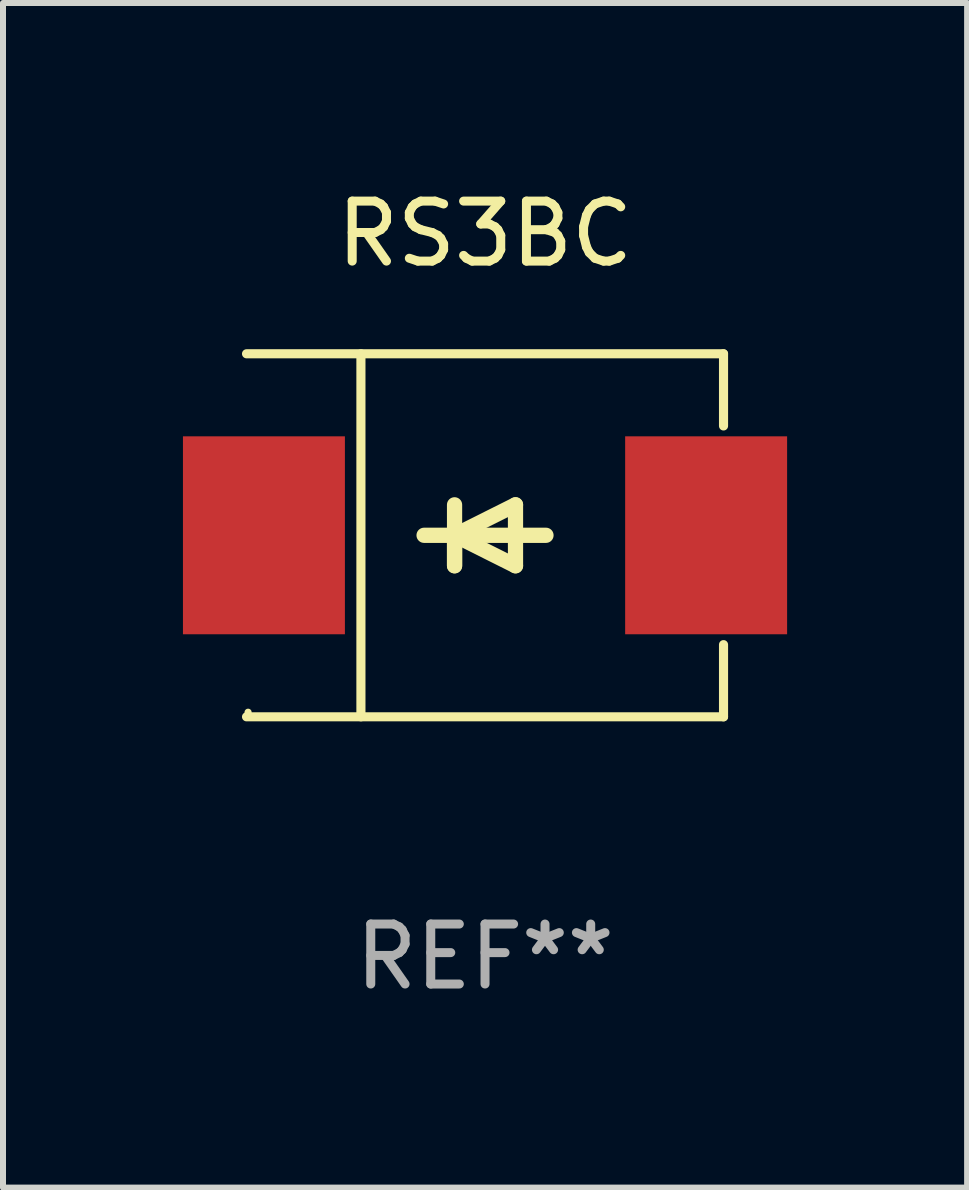
<source format=kicad_pcb>
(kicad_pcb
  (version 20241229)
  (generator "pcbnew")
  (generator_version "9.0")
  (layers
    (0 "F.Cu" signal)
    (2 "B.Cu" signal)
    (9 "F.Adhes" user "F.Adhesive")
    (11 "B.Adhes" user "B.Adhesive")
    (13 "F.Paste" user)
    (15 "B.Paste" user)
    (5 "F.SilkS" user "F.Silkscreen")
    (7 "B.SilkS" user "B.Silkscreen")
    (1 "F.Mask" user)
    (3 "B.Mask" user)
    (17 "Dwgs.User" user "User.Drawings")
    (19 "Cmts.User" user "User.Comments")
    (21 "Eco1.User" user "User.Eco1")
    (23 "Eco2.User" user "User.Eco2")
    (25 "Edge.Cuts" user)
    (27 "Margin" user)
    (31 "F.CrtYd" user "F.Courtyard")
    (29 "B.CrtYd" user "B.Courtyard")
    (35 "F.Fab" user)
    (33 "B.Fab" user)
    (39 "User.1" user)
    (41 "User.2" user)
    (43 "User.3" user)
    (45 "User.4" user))
  (footprint "RS3BC"
    (layer "F.Cu")
    (at 5.036 5.874)
    (property "Reference" "RS3BC" (at 0 -5.026 0) (layer "F.SilkS") (effects (font (size 1 1) (thickness 0.15))))
    (attr through_hole)
    (fp_line (start -3.976 -3.026) (end 3.976 -3.026) (stroke (width 0.152) (type solid)) (layer "F.SilkS"))
    (fp_line (start -3.976 3.026) (end 3.976 3.026) (stroke (width 0.152) (type solid)) (layer "F.SilkS"))
    (fp_line (start -2.069 -3.026) (end -2.069 3.026) (stroke (width 0.152) (type solid)) (layer "F.SilkS"))
    (fp_line (start -0.508 0) (end -0.508 0.508) (stroke (width 0.254) (type solid)) (layer "F.SilkS"))
    (fp_line (start -0.508 0) (end 0.508 0.508) (stroke (width 0.254) (type solid)) (layer "F.SilkS"))
    (fp_line (start -0.508 0.508) (end -0.508 -0.508) (stroke (width 0.254) (type solid)) (layer "F.SilkS"))
    (fp_line (start 0.508 -0.508) (end -0.508 0) (stroke (width 0.254) (type solid)) (layer "F.SilkS"))
    (fp_line (start 0.508 0.508) (end 0.508 -0.508) (stroke (width 0.254) (type solid)) (layer "F.SilkS"))
    (fp_line (start 1.016 0) (end -1.016 0) (stroke (width 0.254) (type solid)) (layer "F.SilkS"))
    (fp_line (start 3.976 -3.026) (end 3.976 -1.823) (stroke (width 0.152) (type solid)) (layer "F.SilkS"))
    (fp_line (start 3.976 3.026) (end 3.976 1.823) (stroke (width 0.152) (type solid)) (layer "F.SilkS"))
    (fp_circle (center -3.95 2.95) (end -3.92 2.95) (stroke (width 0.06) (type solid)) (fill no) (layer "F.SilkS"))
    (fp_text user "REF**" (at 0 7.026 0) (layer "F.Fab") (effects (font (size 1 1) (thickness 0.15))))
    (pad "1" smd rect (at -3.686 0) (size 2.7 3.3) (layers "F.Cu" "F.Mask" "F.Paste"))
    (pad "2" smd rect (at 3.686 0) (size 2.7 3.3) (layers "F.Cu" "F.Mask" "F.Paste")))
  (gr_rect
    (start -3 -3)
    (end 13.073 16.749)
    (stroke (width 0.1) (type default))
    (fill no)
    (layer "Edge.Cuts")))
</source>
